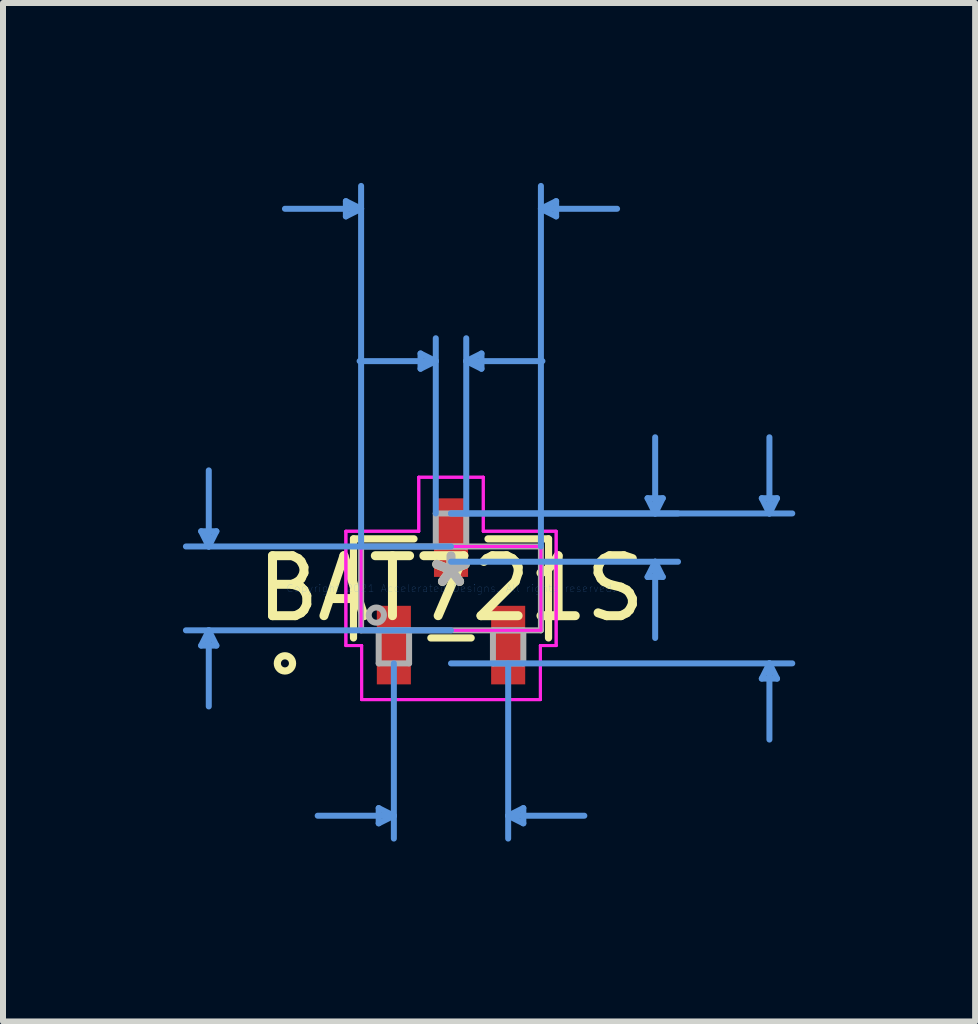
<source format=kicad_pcb>
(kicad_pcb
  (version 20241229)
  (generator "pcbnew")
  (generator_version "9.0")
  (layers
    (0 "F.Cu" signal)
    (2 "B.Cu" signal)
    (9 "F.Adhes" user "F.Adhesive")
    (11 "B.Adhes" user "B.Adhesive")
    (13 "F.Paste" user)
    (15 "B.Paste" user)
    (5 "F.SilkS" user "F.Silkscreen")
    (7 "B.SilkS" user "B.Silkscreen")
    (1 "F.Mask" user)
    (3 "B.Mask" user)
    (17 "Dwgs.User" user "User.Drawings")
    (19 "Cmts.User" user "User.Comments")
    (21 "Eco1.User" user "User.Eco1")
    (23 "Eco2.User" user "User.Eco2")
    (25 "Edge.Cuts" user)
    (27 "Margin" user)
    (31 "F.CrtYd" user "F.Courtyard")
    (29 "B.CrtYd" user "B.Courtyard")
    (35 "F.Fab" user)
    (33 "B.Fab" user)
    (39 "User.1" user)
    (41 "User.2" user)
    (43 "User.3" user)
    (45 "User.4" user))
  (footprint "BAT721S"
    (layer "F.Cu")
    (at 4.47 6.761)
    (property "Reference" "BAT721S" (at 0 0 0) (layer "F.SilkS") (effects (font (size 1 1) (thickness 0.15))))
    (attr through_hole)
    (fp_line (start -1.626 -0.826) (end -1.626 0.826) (stroke (width 0.12) (type solid)) (layer "F.SilkS"))
    (fp_line (start -0.617 -0.826) (end -1.626 -0.826) (stroke (width 0.12) (type solid)) (layer "F.SilkS"))
    (fp_line (start -0.336 0.826) (end 0.336 0.826) (stroke (width 0.12) (type solid)) (layer "F.SilkS"))
    (fp_line (start 1.626 -0.826) (end 0.617 -0.826) (stroke (width 0.12) (type solid)) (layer "F.SilkS"))
    (fp_line (start 1.626 0.826) (end 1.626 -0.826) (stroke (width 0.12) (type solid)) (layer "F.SilkS"))
    (fp_circle (center -2.769 1.25) (end -2.642 1.25) (stroke (width 0.12) (type solid)) (fill no) (layer "F.SilkS"))
    (fp_line (start -4.166 -0.953) (end -3.912 -0.953) (stroke (width 0.1) (type solid)) (layer "Cmts.User"))
    (fp_line (start -4.166 0.953) (end -3.912 0.953) (stroke (width 0.1) (type solid)) (layer "Cmts.User"))
    (fp_line (start -4.039 -0.699) (end -4.166 -0.953) (stroke (width 0.1) (type solid)) (layer "Cmts.User"))
    (fp_line (start -4.039 -0.699) (end -4.039 -1.968) (stroke (width 0.1) (type solid)) (layer "Cmts.User"))
    (fp_line (start -4.039 -0.699) (end -3.912 -0.953) (stroke (width 0.1) (type solid)) (layer "Cmts.User"))
    (fp_line (start -4.039 0.699) (end -4.166 0.953) (stroke (width 0.1) (type solid)) (layer "Cmts.User"))
    (fp_line (start -4.039 0.699) (end -4.039 1.968) (stroke (width 0.1) (type solid)) (layer "Cmts.User"))
    (fp_line (start -4.039 0.699) (end -3.912 0.953) (stroke (width 0.1) (type solid)) (layer "Cmts.User"))
    (fp_line (start -1.753 -6.457) (end -1.753 -6.203) (stroke (width 0.1) (type solid)) (layer "Cmts.User"))
    (fp_line (start -1.499 -6.33) (end -2.769 -6.33) (stroke (width 0.1) (type solid)) (layer "Cmts.User"))
    (fp_line (start -1.499 -6.33) (end -1.753 -6.457) (stroke (width 0.1) (type solid)) (layer "Cmts.User"))
    (fp_line (start -1.499 -6.33) (end -1.753 -6.203) (stroke (width 0.1) (type solid)) (layer "Cmts.User"))
    (fp_line (start -1.499 -0.699) (end -1.499 -6.711) (stroke (width 0.1) (type solid)) (layer "Cmts.User"))
    (fp_line (start -1.206 3.663) (end -1.206 3.917) (stroke (width 0.1) (type solid)) (layer "Cmts.User"))
    (fp_line (start -0.953 1.25) (end -0.953 4.171) (stroke (width 0.1) (type solid)) (layer "Cmts.User"))
    (fp_line (start -0.953 3.79) (end -2.223 3.79) (stroke (width 0.1) (type solid)) (layer "Cmts.User"))
    (fp_line (start -0.953 3.79) (end -1.206 3.663) (stroke (width 0.1) (type solid)) (layer "Cmts.User"))
    (fp_line (start -0.953 3.79) (end -1.206 3.917) (stroke (width 0.1) (type solid)) (layer "Cmts.User"))
    (fp_line (start -0.508 -3.917) (end -0.508 -3.663) (stroke (width 0.1) (type solid)) (layer "Cmts.User"))
    (fp_line (start -0.254 -3.79) (end -1.524 -3.79) (stroke (width 0.1) (type solid)) (layer "Cmts.User"))
    (fp_line (start -0.254 -3.79) (end -0.508 -3.917) (stroke (width 0.1) (type solid)) (layer "Cmts.User"))
    (fp_line (start -0.254 -3.79) (end -0.508 -3.663) (stroke (width 0.1) (type solid)) (layer "Cmts.User"))
    (fp_line (start -0.254 -1.25) (end -0.254 -4.171) (stroke (width 0.1) (type solid)) (layer "Cmts.User"))
    (fp_line (start 0 -1.25) (end 3.785 -1.25) (stroke (width 0.1) (type solid)) (layer "Cmts.User"))
    (fp_line (start 0 -1.25) (end 5.69 -1.25) (stroke (width 0.1) (type solid)) (layer "Cmts.User"))
    (fp_line (start 0 -0.699) (end -4.42 -0.699) (stroke (width 0.1) (type solid)) (layer "Cmts.User"))
    (fp_line (start 0 -0.445) (end 3.785 -0.445) (stroke (width 0.1) (type solid)) (layer "Cmts.User"))
    (fp_line (start 0 0.699) (end -4.42 0.699) (stroke (width 0.1) (type solid)) (layer "Cmts.User"))
    (fp_line (start 0 1.25) (end 5.69 1.25) (stroke (width 0.1) (type solid)) (layer "Cmts.User"))
    (fp_line (start 0.254 -3.79) (end 0.508 -3.917) (stroke (width 0.1) (type solid)) (layer "Cmts.User"))
    (fp_line (start 0.254 -3.79) (end 0.508 -3.663) (stroke (width 0.1) (type solid)) (layer "Cmts.User"))
    (fp_line (start 0.254 -3.79) (end 1.524 -3.79) (stroke (width 0.1) (type solid)) (layer "Cmts.User"))
    (fp_line (start 0.254 -1.25) (end 0.254 -4.171) (stroke (width 0.1) (type solid)) (layer "Cmts.User"))
    (fp_line (start 0.508 -3.917) (end 0.508 -3.663) (stroke (width 0.1) (type solid)) (layer "Cmts.User"))
    (fp_line (start 0.953 1.25) (end 0.953 4.171) (stroke (width 0.1) (type solid)) (layer "Cmts.User"))
    (fp_line (start 0.953 3.79) (end 1.206 3.663) (stroke (width 0.1) (type solid)) (layer "Cmts.User"))
    (fp_line (start 0.953 3.79) (end 1.206 3.917) (stroke (width 0.1) (type solid)) (layer "Cmts.User"))
    (fp_line (start 0.953 3.79) (end 2.223 3.79) (stroke (width 0.1) (type solid)) (layer "Cmts.User"))
    (fp_line (start 1.206 3.663) (end 1.206 3.917) (stroke (width 0.1) (type solid)) (layer "Cmts.User"))
    (fp_line (start 1.499 -6.33) (end 1.753 -6.457) (stroke (width 0.1) (type solid)) (layer "Cmts.User"))
    (fp_line (start 1.499 -6.33) (end 1.753 -6.203) (stroke (width 0.1) (type solid)) (layer "Cmts.User"))
    (fp_line (start 1.499 -6.33) (end 2.769 -6.33) (stroke (width 0.1) (type solid)) (layer "Cmts.User"))
    (fp_line (start 1.499 -0.699) (end 1.499 -6.711) (stroke (width 0.1) (type solid)) (layer "Cmts.User"))
    (fp_line (start 1.753 -6.457) (end 1.753 -6.203) (stroke (width 0.1) (type solid)) (layer "Cmts.User"))
    (fp_line (start 3.277 -1.504) (end 3.531 -1.504) (stroke (width 0.1) (type solid)) (layer "Cmts.User"))
    (fp_line (start 3.277 -0.191) (end 3.531 -0.191) (stroke (width 0.1) (type solid)) (layer "Cmts.User"))
    (fp_line (start 3.404 -1.25) (end 3.277 -1.504) (stroke (width 0.1) (type solid)) (layer "Cmts.User"))
    (fp_line (start 3.404 -1.25) (end 3.404 -2.52) (stroke (width 0.1) (type solid)) (layer "Cmts.User"))
    (fp_line (start 3.404 -1.25) (end 3.531 -1.504) (stroke (width 0.1) (type solid)) (layer "Cmts.User"))
    (fp_line (start 3.404 -0.445) (end 3.277 -0.191) (stroke (width 0.1) (type solid)) (layer "Cmts.User"))
    (fp_line (start 3.404 -0.445) (end 3.404 0.826) (stroke (width 0.1) (type solid)) (layer "Cmts.User"))
    (fp_line (start 3.404 -0.445) (end 3.531 -0.191) (stroke (width 0.1) (type solid)) (layer "Cmts.User"))
    (fp_line (start 5.182 -1.504) (end 5.436 -1.504) (stroke (width 0.1) (type solid)) (layer "Cmts.User"))
    (fp_line (start 5.182 1.504) (end 5.436 1.504) (stroke (width 0.1) (type solid)) (layer "Cmts.User"))
    (fp_line (start 5.309 -1.25) (end 5.182 -1.504) (stroke (width 0.1) (type solid)) (layer "Cmts.User"))
    (fp_line (start 5.309 -1.25) (end 5.309 -2.52) (stroke (width 0.1) (type solid)) (layer "Cmts.User"))
    (fp_line (start 5.309 -1.25) (end 5.436 -1.504) (stroke (width 0.1) (type solid)) (layer "Cmts.User"))
    (fp_line (start 5.309 1.25) (end 5.182 1.504) (stroke (width 0.1) (type solid)) (layer "Cmts.User"))
    (fp_line (start 5.309 1.25) (end 5.309 2.52) (stroke (width 0.1) (type solid)) (layer "Cmts.User"))
    (fp_line (start 5.309 1.25) (end 5.436 1.504) (stroke (width 0.1) (type solid)) (layer "Cmts.User"))
    (fp_line (start -1.753 -0.953) (end -0.538 -0.953) (stroke (width 0.05) (type solid)) (layer "F.CrtYd"))
    (fp_line (start -1.753 -0.953) (end -0.538 -0.953) (stroke (width 0.05) (type solid)) (layer "F.CrtYd"))
    (fp_line (start -1.753 0.953) (end -1.753 -0.953) (stroke (width 0.05) (type solid)) (layer "F.CrtYd"))
    (fp_line (start -1.753 0.953) (end -1.753 -0.953) (stroke (width 0.05) (type solid)) (layer "F.CrtYd"))
    (fp_line (start -1.753 0.953) (end -1.49 0.953) (stroke (width 0.05) (type solid)) (layer "F.CrtYd"))
    (fp_line (start -1.499 -0.699) (end 1.499 -0.699) (stroke (width 0.05) (type solid)) (layer "F.CrtYd"))
    (fp_line (start -1.499 0.699) (end -1.499 -0.699) (stroke (width 0.05) (type solid)) (layer "F.CrtYd"))
    (fp_line (start -1.49 0.953) (end -1.753 0.953) (stroke (width 0.05) (type solid)) (layer "F.CrtYd"))
    (fp_line (start -1.49 0.953) (end -1.49 1.854) (stroke (width 0.05) (type solid)) (layer "F.CrtYd"))
    (fp_line (start -1.49 1.854) (end -1.49 0.953) (stroke (width 0.05) (type solid)) (layer "F.CrtYd"))
    (fp_line (start -1.49 1.854) (end 1.49 1.854) (stroke (width 0.05) (type solid)) (layer "F.CrtYd"))
    (fp_line (start -0.538 -1.854) (end 0.538 -1.854) (stroke (width 0.05) (type solid)) (layer "F.CrtYd"))
    (fp_line (start -0.538 -1.854) (end 0.538 -1.854) (stroke (width 0.05) (type solid)) (layer "F.CrtYd"))
    (fp_line (start -0.538 -0.953) (end -0.538 -1.854) (stroke (width 0.05) (type solid)) (layer "F.CrtYd"))
    (fp_line (start -0.538 -0.953) (end -0.538 -1.854) (stroke (width 0.05) (type solid)) (layer "F.CrtYd"))
    (fp_line (start 0.538 -1.854) (end 0.538 -0.953) (stroke (width 0.05) (type solid)) (layer "F.CrtYd"))
    (fp_line (start 0.538 -0.953) (end 0.538 -1.854) (stroke (width 0.05) (type solid)) (layer "F.CrtYd"))
    (fp_line (start 0.538 -0.953) (end 1.753 -0.953) (stroke (width 0.05) (type solid)) (layer "F.CrtYd"))
    (fp_line (start 1.49 0.953) (end 1.49 1.854) (stroke (width 0.05) (type solid)) (layer "F.CrtYd"))
    (fp_line (start 1.49 0.953) (end 1.49 1.854) (stroke (width 0.05) (type solid)) (layer "F.CrtYd"))
    (fp_line (start 1.49 1.854) (end -1.49 1.854) (stroke (width 0.05) (type solid)) (layer "F.CrtYd"))
    (fp_line (start 1.499 -0.699) (end 1.499 0.699) (stroke (width 0.05) (type solid)) (layer "F.CrtYd"))
    (fp_line (start 1.499 0.699) (end -1.499 0.699) (stroke (width 0.05) (type solid)) (layer "F.CrtYd"))
    (fp_line (start 1.753 -0.953) (end 0.538 -0.953) (stroke (width 0.05) (type solid)) (layer "F.CrtYd"))
    (fp_line (start 1.753 -0.953) (end 1.753 0.953) (stroke (width 0.05) (type solid)) (layer "F.CrtYd"))
    (fp_line (start 1.753 -0.953) (end 1.753 0.953) (stroke (width 0.05) (type solid)) (layer "F.CrtYd"))
    (fp_line (start 1.753 0.953) (end 1.49 0.953) (stroke (width 0.05) (type solid)) (layer "F.CrtYd"))
    (fp_line (start 1.753 0.953) (end 1.49 0.953) (stroke (width 0.05) (type solid)) (layer "F.CrtYd"))
    (fp_line (start -1.499 -0.699) (end -1.499 0.699) (stroke (width 0.1) (type solid)) (layer "F.Fab"))
    (fp_line (start -1.499 0.699) (end 1.499 0.699) (stroke (width 0.1) (type solid)) (layer "F.Fab"))
    (fp_line (start -1.206 0.699) (end -1.206 1.25) (stroke (width 0.1) (type solid)) (layer "F.Fab"))
    (fp_line (start -1.206 1.25) (end -0.699 1.25) (stroke (width 0.1) (type solid)) (layer "F.Fab"))
    (fp_line (start -0.699 0.699) (end -1.206 0.699) (stroke (width 0.1) (type solid)) (layer "F.Fab"))
    (fp_line (start -0.699 1.25) (end -0.699 0.699) (stroke (width 0.1) (type solid)) (layer "F.Fab"))
    (fp_line (start -0.254 -1.25) (end -0.254 -0.699) (stroke (width 0.1) (type solid)) (layer "F.Fab"))
    (fp_line (start -0.254 -0.699) (end 0.254 -0.699) (stroke (width 0.1) (type solid)) (layer "F.Fab"))
    (fp_line (start 0.254 -1.25) (end -0.254 -1.25) (stroke (width 0.1) (type solid)) (layer "F.Fab"))
    (fp_line (start 0.254 -0.699) (end 0.254 -1.25) (stroke (width 0.1) (type solid)) (layer "F.Fab"))
    (fp_line (start 0.699 0.699) (end 0.699 1.25) (stroke (width 0.1) (type solid)) (layer "F.Fab"))
    (fp_line (start 0.699 1.25) (end 1.206 1.25) (stroke (width 0.1) (type solid)) (layer "F.Fab"))
    (fp_line (start 1.206 0.699) (end 0.699 0.699) (stroke (width 0.1) (type solid)) (layer "F.Fab"))
    (fp_line (start 1.206 1.25) (end 1.206 0.699) (stroke (width 0.1) (type solid)) (layer "F.Fab"))
    (fp_line (start 1.499 -0.699) (end -1.499 -0.699) (stroke (width 0.1) (type solid)) (layer "F.Fab"))
    (fp_line (start 1.499 0.699) (end 1.499 -0.699) (stroke (width 0.1) (type solid)) (layer "F.Fab"))
    (fp_circle (center -1.245 0.445) (end -1.118 0.445) (stroke (width 0.1) (type solid)) (fill no) (layer "F.Fab"))
    (fp_text user "*" (at 0 0 0) (layer "F.SilkS") (effects (font (size 1 1) (thickness 0.15))))
    (fp_text user "Copyright 2021 Accelerated Designs. All rights reserved." (at 0 0 0) (layer "Cmts.User") (effects (font (size 0.127 0.127) (thickness 0.002))))
    (fp_text user "*" (at 0 0 0) (layer "F.Fab") (effects (font (size 1 1) (thickness 0.15))))
    (pad "1" smd rect (at -0.953 0.945) (size 0.568 1.31) (layers "F.Cu" "F.Mask" "F.Paste"))
    (pad "2" smd rect (at 0.953 0.945) (size 0.568 1.31) (layers "F.Cu" "F.Mask" "F.Paste"))
    (pad "3" smd rect (at 0 -0.847) (size 0.568 1.31) (layers "F.Cu" "F.Mask" "F.Paste")))
  (gr_rect
    (start -3 -3)
    (end 13.209 13.982)
    (stroke (width 0.1) (type default))
    (fill no)
    (layer "Edge.Cuts")))
</source>
